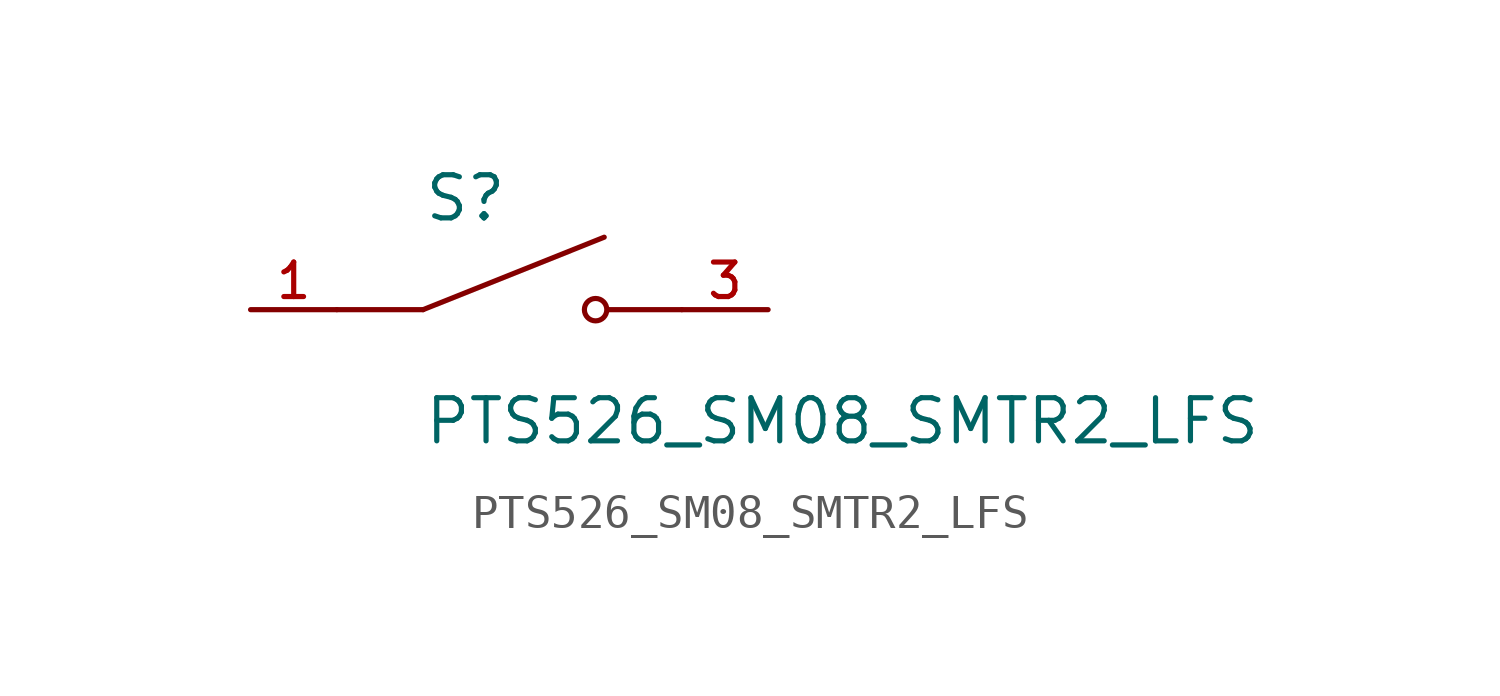
<source format=kicad_sym>
(kicad_symbol_lib
  (version 20211014)
  (generator kicad_symbol_editor)
  (symbol "PTS526_SM08_SMTR2_LFS"
    (pin_names
      (offset 1.016))
    (property "Reference" "S"
      (at -2.54 2.54 0)
      (effects (font (size 1.27 1.27)) (justify bottom left)))
    (property "Value" "PTS526_SM08_SMTR2_LFS"
      (at -2.54 -2.54 0)
      (effects (font (size 1.27 1.27)) (justify top left)))
    (symbol "PTS526_SM08_SMTR2_LFS_0_0"
      (polyline (pts (xy -2.54 0.0) (xy 2.794 2.134)) (stroke (width 0.152)))
      (circle (center 2.54 0.0) (radius 0.33) (stroke (width 0.152)) (fill (type none)))
      (polyline (pts (xy 5.08 0.0) (xy 2.921 0.0)) (stroke (width 0.152)))
      (polyline (pts (xy -2.54 0.0) (xy -5.08 0.0)) (stroke (width 0.152)))
      (pin passive line (at -7.62 0.0 0) (length 2.54) (name "~" (effects (font (size 1.016 1.016)))) (number "1" (effects (font (size 1.016 1.016)))))
      (pin passive line (at -7.62 0.0 0) (length 2.54) hide (name "~" (effects (font (size 1.016 1.016)))) (number "2" (effects (font (size 1.016 1.016)))))
      (pin passive line (at 7.62 0.0 180.0) (length 2.54) (name "~" (effects (font (size 1.016 1.016)))) (number "3" (effects (font (size 1.016 1.016)))))
      (pin passive line (at 7.62 0.0 180.0) (length 2.54) hide (name "~" (effects (font (size 1.016 1.016)))) (number "4" (effects (font (size 1.016 1.016))))))))
</source>
